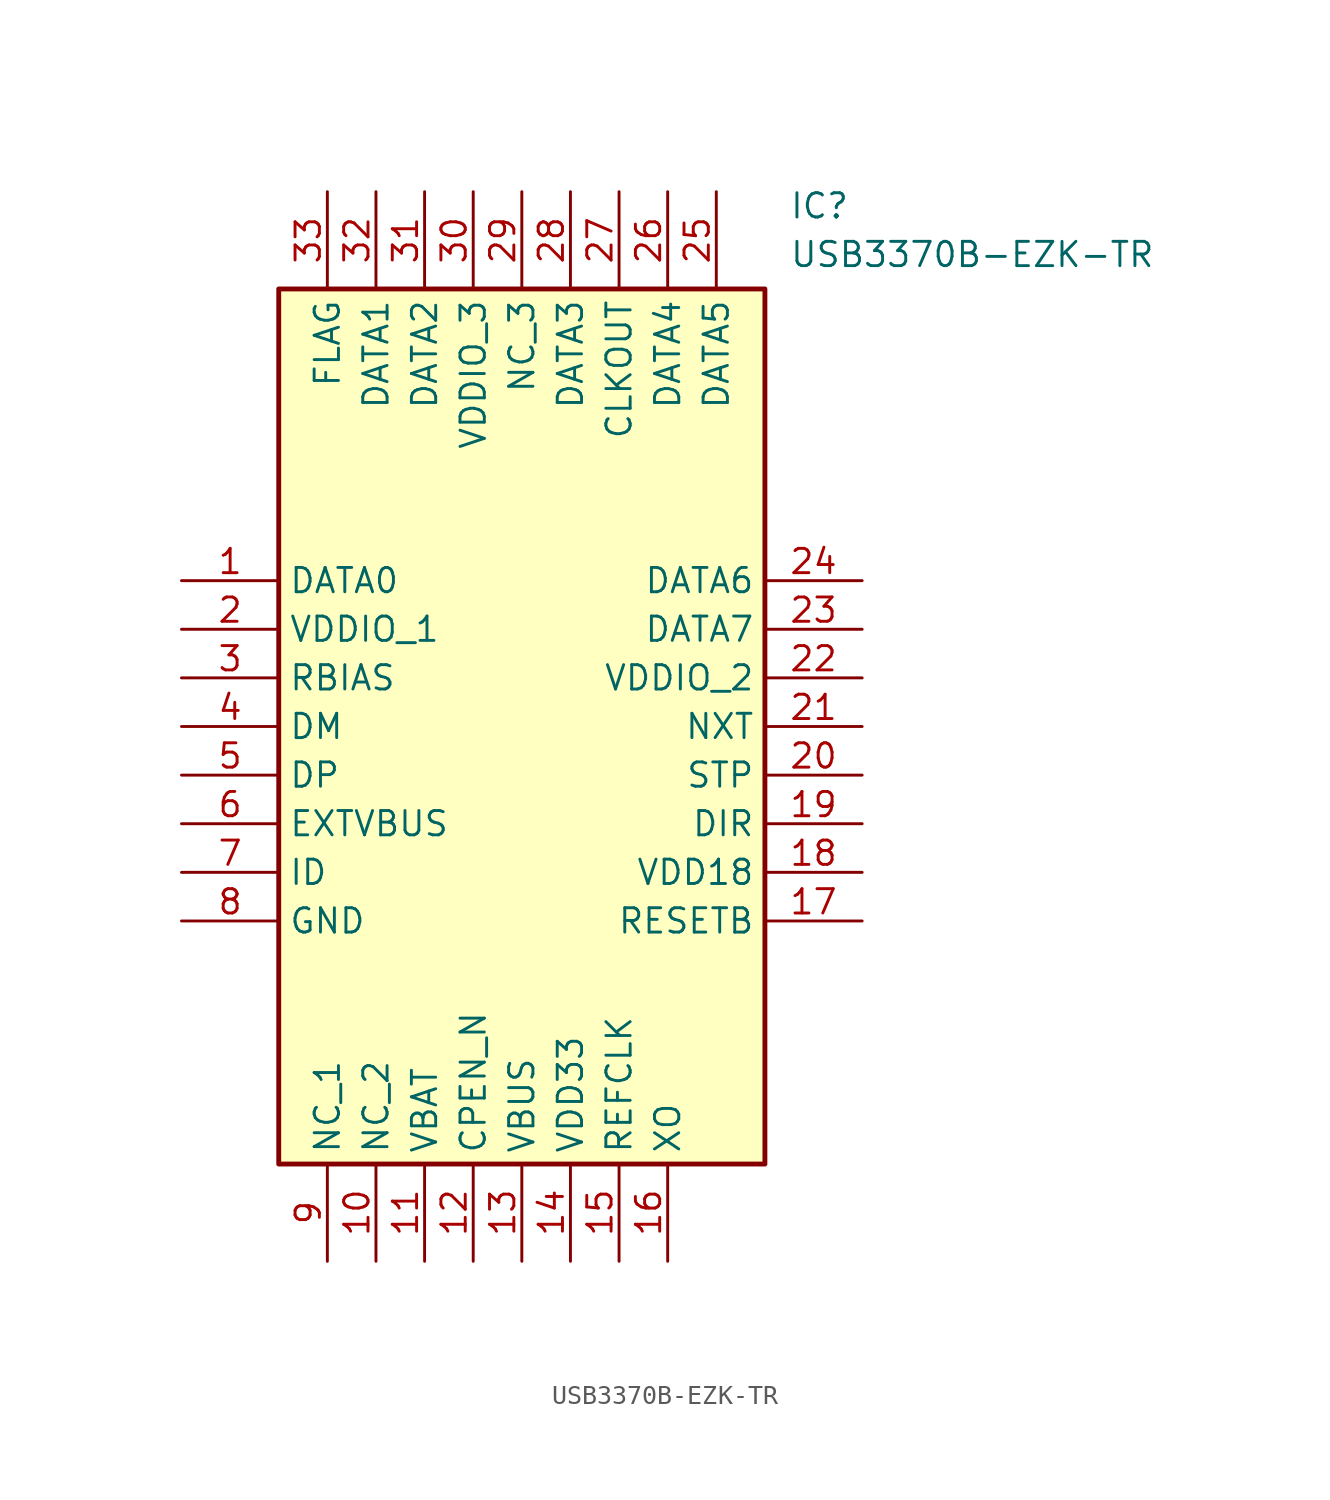
<source format=kicad_sym>
(kicad_symbol_lib
  (version 20231120)
  (generator "kicad_symbol_editor")
  (generator_version "8.0")
  (symbol "USB3370B-EZK-TR"
    (property "Reference" "IC"
      (at 31.75 20.32 0)
      (effects (font (size 1.27 1.27)) (justify left top)))
    (property "Value" "USB3370B-EZK-TR"
      (at 31.75 17.78 0)
      (effects (font (size 1.27 1.27)) (justify left top)))
    (symbol "USB3370B-EZK-TR_1_1"
      (rectangle (start 5.08 15.24) (end 30.48 -30.48) (stroke (width 0.254) (type default)) (fill (type background)))
      (pin bidirectional line (at 0 0 0) (length 5.08) (name "DATA0" (effects (font (size 1.27 1.27)))) (number "1" (effects (font (size 1.27 1.27)))))
      (pin passive line (at 10.16 -35.56 90) (length 5.08) (name "NC_2" (effects (font (size 1.27 1.27)))) (number "10" (effects (font (size 1.27 1.27)))))
      (pin power_in line (at 12.7 -35.56 90) (length 5.08) (name "VBAT" (effects (font (size 1.27 1.27)))) (number "11" (effects (font (size 1.27 1.27)))))
      (pin output line (at 15.24 -35.56 90) (length 5.08) (name "CPEN_N" (effects (font (size 1.27 1.27)))) (number "12" (effects (font (size 1.27 1.27)))))
      (pin bidirectional line (at 17.78 -35.56 90) (length 5.08) (name "VBUS" (effects (font (size 1.27 1.27)))) (number "13" (effects (font (size 1.27 1.27)))))
      (pin power_in line (at 20.32 -35.56 90) (length 5.08) (name "VDD33" (effects (font (size 1.27 1.27)))) (number "14" (effects (font (size 1.27 1.27)))))
      (pin input line (at 22.86 -35.56 90) (length 5.08) (name "REFCLK" (effects (font (size 1.27 1.27)))) (number "15" (effects (font (size 1.27 1.27)))))
      (pin output line (at 25.4 -35.56 90) (length 5.08) (name "XO" (effects (font (size 1.27 1.27)))) (number "16" (effects (font (size 1.27 1.27)))))
      (pin input line (at 35.56 -17.78 180) (length 5.08) (name "RESETB" (effects (font (size 1.27 1.27)))) (number "17" (effects (font (size 1.27 1.27)))))
      (pin power_in line (at 35.56 -15.24 180) (length 5.08) (name "VDD18" (effects (font (size 1.27 1.27)))) (number "18" (effects (font (size 1.27 1.27)))))
      (pin output line (at 35.56 -12.7 180) (length 5.08) (name "DIR" (effects (font (size 1.27 1.27)))) (number "19" (effects (font (size 1.27 1.27)))))
      (pin power_in line (at 0 -2.54 0) (length 5.08) (name "VDDIO_1" (effects (font (size 1.27 1.27)))) (number "2" (effects (font (size 1.27 1.27)))))
      (pin input line (at 35.56 -10.16 180) (length 5.08) (name "STP" (effects (font (size 1.27 1.27)))) (number "20" (effects (font (size 1.27 1.27)))))
      (pin output line (at 35.56 -7.62 180) (length 5.08) (name "NXT" (effects (font (size 1.27 1.27)))) (number "21" (effects (font (size 1.27 1.27)))))
      (pin power_in line (at 35.56 -5.08 180) (length 5.08) (name "VDDIO_2" (effects (font (size 1.27 1.27)))) (number "22" (effects (font (size 1.27 1.27)))))
      (pin bidirectional line (at 35.56 -2.54 180) (length 5.08) (name "DATA7" (effects (font (size 1.27 1.27)))) (number "23" (effects (font (size 1.27 1.27)))))
      (pin bidirectional line (at 35.56 0 180) (length 5.08) (name "DATA6" (effects (font (size 1.27 1.27)))) (number "24" (effects (font (size 1.27 1.27)))))
      (pin bidirectional line (at 27.94 20.32 270) (length 5.08) (name "DATA5" (effects (font (size 1.27 1.27)))) (number "25" (effects (font (size 1.27 1.27)))))
      (pin bidirectional line (at 25.4 20.32 270) (length 5.08) (name "DATA4" (effects (font (size 1.27 1.27)))) (number "26" (effects (font (size 1.27 1.27)))))
      (pin output line (at 22.86 20.32 270) (length 5.08) (name "CLKOUT" (effects (font (size 1.27 1.27)))) (number "27" (effects (font (size 1.27 1.27)))))
      (pin bidirectional line (at 20.32 20.32 270) (length 5.08) (name "DATA3" (effects (font (size 1.27 1.27)))) (number "28" (effects (font (size 1.27 1.27)))))
      (pin passive line (at 17.78 20.32 270) (length 5.08) (name "NC_3" (effects (font (size 1.27 1.27)))) (number "29" (effects (font (size 1.27 1.27)))))
      (pin passive line (at 0 -5.08 0) (length 5.08) (name "RBIAS" (effects (font (size 1.27 1.27)))) (number "3" (effects (font (size 1.27 1.27)))))
      (pin power_in line (at 15.24 20.32 270) (length 5.08) (name "VDDIO_3" (effects (font (size 1.27 1.27)))) (number "30" (effects (font (size 1.27 1.27)))))
      (pin bidirectional line (at 12.7 20.32 270) (length 5.08) (name "DATA2" (effects (font (size 1.27 1.27)))) (number "31" (effects (font (size 1.27 1.27)))))
      (pin bidirectional line (at 10.16 20.32 270) (length 5.08) (name "DATA1" (effects (font (size 1.27 1.27)))) (number "32" (effects (font (size 1.27 1.27)))))
      (pin power_in line (at 7.62 20.32 270) (length 5.08) (name "FLAG" (effects (font (size 1.27 1.27)))) (number "33" (effects (font (size 1.27 1.27)))))
      (pin bidirectional line (at 0 -7.62 0) (length 5.08) (name "DM" (effects (font (size 1.27 1.27)))) (number "4" (effects (font (size 1.27 1.27)))))
      (pin bidirectional line (at 0 -10.16 0) (length 5.08) (name "DP" (effects (font (size 1.27 1.27)))) (number "5" (effects (font (size 1.27 1.27)))))
      (pin input line (at 0 -12.7 0) (length 5.08) (name "EXTVBUS" (effects (font (size 1.27 1.27)))) (number "6" (effects (font (size 1.27 1.27)))))
      (pin input line (at 0 -15.24 0) (length 5.08) (name "ID" (effects (font (size 1.27 1.27)))) (number "7" (effects (font (size 1.27 1.27)))))
      (pin power_in line (at 0 -17.78 0) (length 5.08) (name "GND" (effects (font (size 1.27 1.27)))) (number "8" (effects (font (size 1.27 1.27)))))
      (pin passive line (at 7.62 -35.56 90) (length 5.08) (name "NC_1" (effects (font (size 1.27 1.27)))) (number "9" (effects (font (size 1.27 1.27))))))))
</source>
